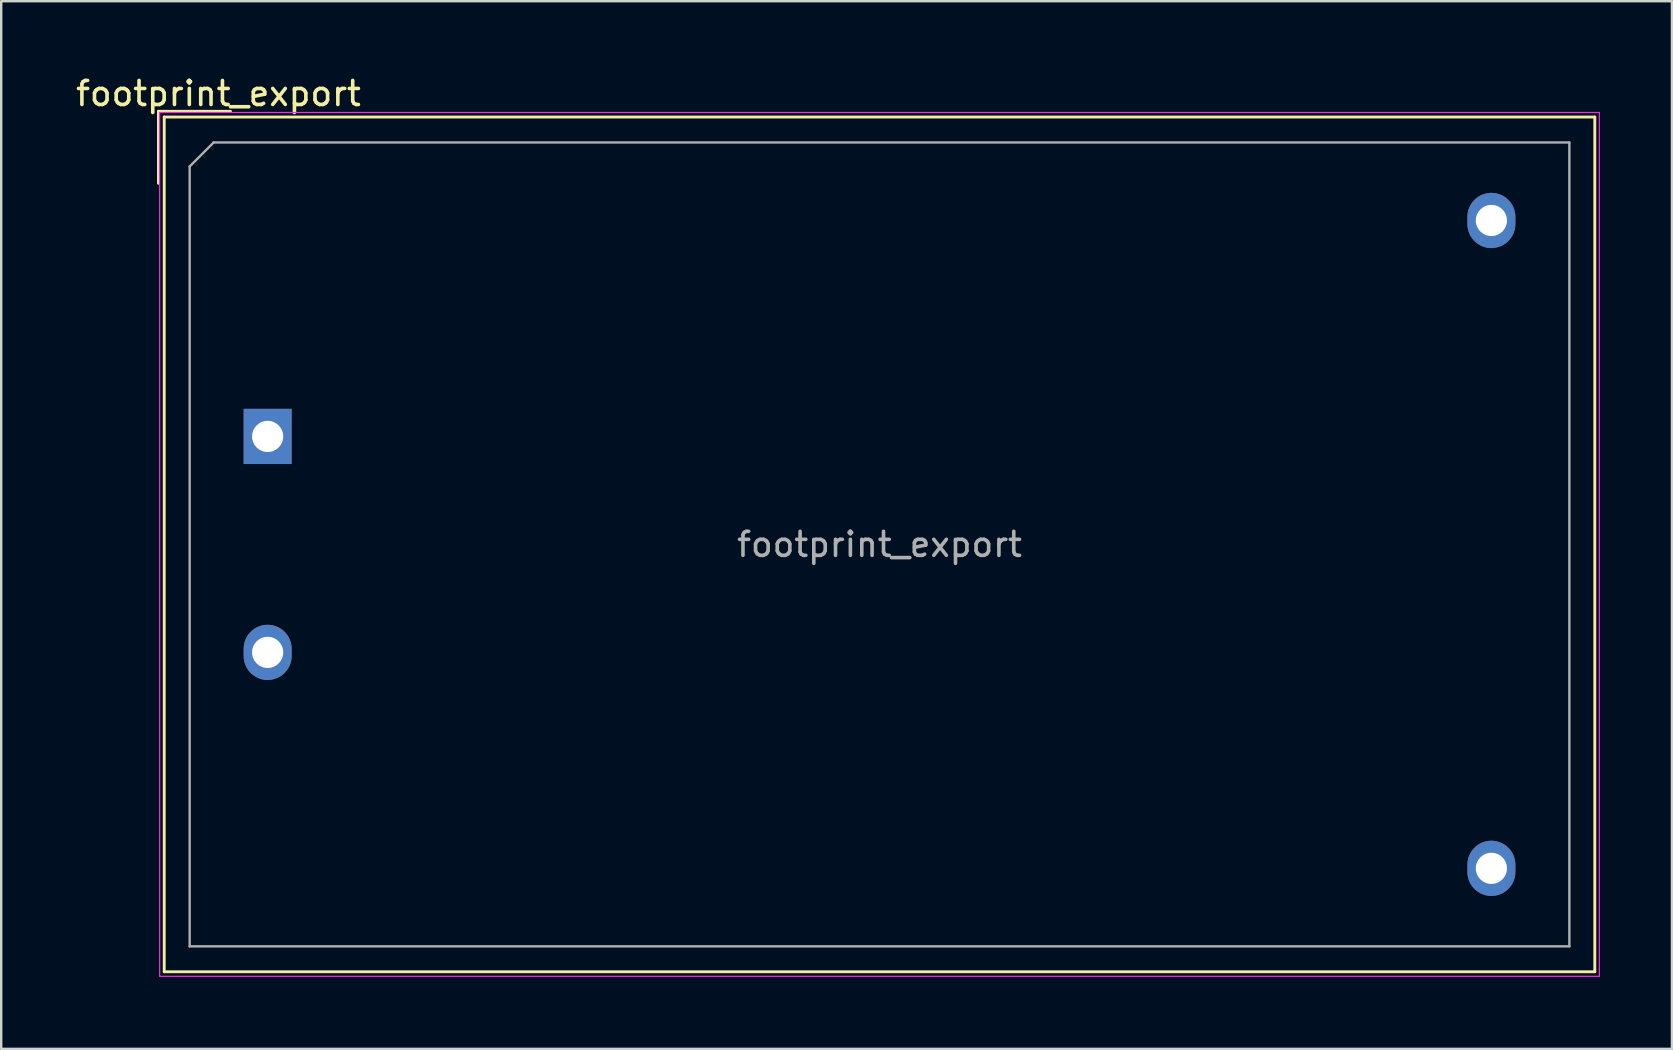
<source format=kicad_pcb>
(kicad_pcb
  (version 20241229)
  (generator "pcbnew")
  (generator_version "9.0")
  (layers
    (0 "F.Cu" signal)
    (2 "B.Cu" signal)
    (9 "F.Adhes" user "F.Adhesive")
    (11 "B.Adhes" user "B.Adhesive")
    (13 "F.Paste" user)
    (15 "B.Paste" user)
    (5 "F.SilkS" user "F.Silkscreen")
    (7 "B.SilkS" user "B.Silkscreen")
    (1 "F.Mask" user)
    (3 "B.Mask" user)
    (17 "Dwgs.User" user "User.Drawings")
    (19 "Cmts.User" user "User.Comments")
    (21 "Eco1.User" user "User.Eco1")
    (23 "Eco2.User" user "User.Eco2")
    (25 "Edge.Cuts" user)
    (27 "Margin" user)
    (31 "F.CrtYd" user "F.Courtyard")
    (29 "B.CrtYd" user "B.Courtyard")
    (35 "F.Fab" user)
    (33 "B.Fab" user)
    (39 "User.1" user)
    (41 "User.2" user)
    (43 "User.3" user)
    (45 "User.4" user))
  (footprint "footprint_export"
    (layer "F.Cu")
    (at 8.104 15.138)
    (property "Reference" "footprint_export" (at -2.05 -14.29 0) (layer "F.SilkS") (effects (font (size 1 1) (thickness 0.15))))
    (attr through_hole)
    (fp_line (start -4.55 -13.55) (end -1.55 -13.55) (stroke (width 0.12) (type solid)) (layer "F.SilkS"))
    (fp_line (start -4.55 -10.55) (end -4.55 -13.55) (stroke (width 0.12) (type solid)) (layer "F.SilkS"))
    (fp_line (start -4.31 -13.31) (end -4.31 22.31) (stroke (width 0.12) (type solid)) (layer "F.SilkS"))
    (fp_line (start -4.31 -13.31) (end 55.31 -13.31) (stroke (width 0.12) (type solid)) (layer "F.SilkS"))
    (fp_line (start -4.31 22.31) (end 55.31 22.31) (stroke (width 0.12) (type solid)) (layer "F.SilkS"))
    (fp_line (start 55.31 -13.31) (end 55.31 22.31) (stroke (width 0.12) (type solid)) (layer "F.SilkS"))
    (fp_line (start -4.5 -13.5) (end -4.5 22.5) (stroke (width 0.05) (type solid)) (layer "F.CrtYd"))
    (fp_line (start -4.5 -13.5) (end 55.5 -13.5) (stroke (width 0.05) (type solid)) (layer "F.CrtYd"))
    (fp_line (start -4.5 22.5) (end 55.5 22.5) (stroke (width 0.05) (type solid)) (layer "F.CrtYd"))
    (fp_line (start 55.5 -13.5) (end 55.5 22.5) (stroke (width 0.05) (type solid)) (layer "F.CrtYd"))
    (fp_line (start -3.25 -11.25) (end -2.25 -12.25) (stroke (width 0.1) (type solid)) (layer "F.Fab"))
    (fp_line (start -3.25 21.25) (end -3.25 -11.25) (stroke (width 0.1) (type solid)) (layer "F.Fab"))
    (fp_line (start -2.25 -12.25) (end 54.25 -12.25) (stroke (width 0.1) (type solid)) (layer "F.Fab"))
    (fp_line (start 54.25 -12.25) (end 54.25 21.25) (stroke (width 0.1) (type solid)) (layer "F.Fab"))
    (fp_line (start 54.25 21.25) (end -3.25 21.25) (stroke (width 0.1) (type solid)) (layer "F.Fab"))
    (fp_text user "${REFERENCE}" (at 25.5 4.5 0) (layer "F.Fab") (effects (font (size 1 1) (thickness 0.15))))
    (pad "1" thru_hole rect (at 0 0) (size 2 2.3) (drill 1.3) (layers "*.Cu" "*.Mask"))
    (pad "2" thru_hole oval (at 0 9) (size 2 2.3) (drill 1.3) (layers "*.Cu" "*.Mask"))
    (pad "3" thru_hole oval (at 51 -9) (size 2 2.3) (drill 1.3) (layers "*.Cu" "*.Mask"))
    (pad "4" thru_hole oval (at 51 18) (size 2 2.3) (drill 1.3) (layers "*.Cu" "*.Mask")))
  (gr_rect
    (start -3 -3)
    (end 66.629 40.663)
    (stroke (width 0.1) (type default))
    (fill no)
    (layer "Edge.Cuts")))
</source>
